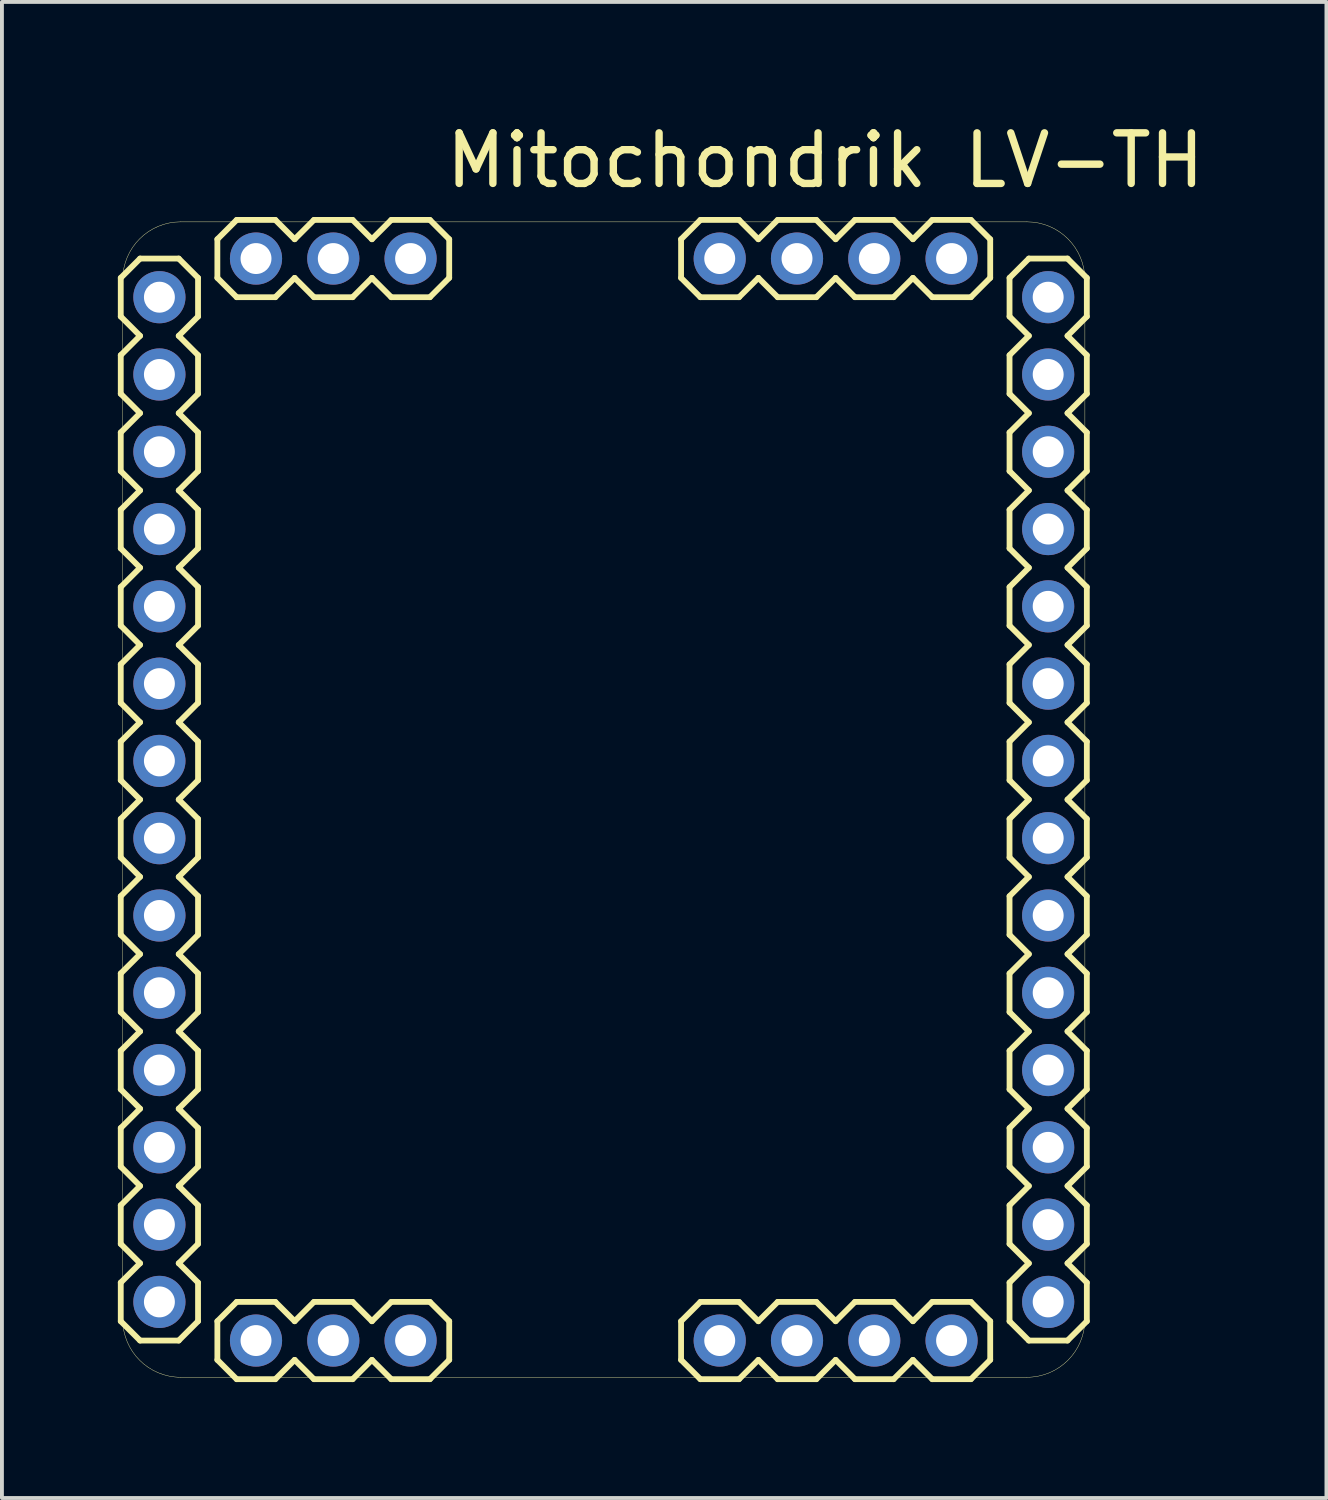
<source format=kicad_pcb>
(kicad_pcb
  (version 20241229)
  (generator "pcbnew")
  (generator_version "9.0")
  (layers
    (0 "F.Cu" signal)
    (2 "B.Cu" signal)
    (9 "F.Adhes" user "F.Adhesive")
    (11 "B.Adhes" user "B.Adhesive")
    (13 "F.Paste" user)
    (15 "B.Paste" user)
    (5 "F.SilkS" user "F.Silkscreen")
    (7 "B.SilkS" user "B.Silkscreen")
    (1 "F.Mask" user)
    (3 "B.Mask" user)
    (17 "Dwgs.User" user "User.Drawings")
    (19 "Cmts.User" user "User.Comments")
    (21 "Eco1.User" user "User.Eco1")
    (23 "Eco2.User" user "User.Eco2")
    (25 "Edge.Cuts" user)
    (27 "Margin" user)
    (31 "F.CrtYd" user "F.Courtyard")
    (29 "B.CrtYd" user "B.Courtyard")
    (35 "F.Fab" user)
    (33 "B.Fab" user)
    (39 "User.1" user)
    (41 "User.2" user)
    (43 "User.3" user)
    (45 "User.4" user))
  (footprint "Mitochondrik LV-TH"
    (layer "F.Cu")
    (at 12.575 17.641)
    (property "Reference" "Mitochondrik LV-TH" (at -4.18 -16.54 0) (layer "F.SilkS") (effects (font (size 1.309 1.309) (thickness 0.191)) (justify left)))
    (fp_line (start -12.5 -13.5) (end -12 -14) (stroke (width 0.15) (type solid)) (layer "F.SilkS"))
    (fp_line (start -12.5 -12.5) (end -12.5 -13.5) (stroke (width 0.15) (type solid)) (layer "F.SilkS"))
    (fp_line (start -12.5 -11.5) (end -12 -12) (stroke (width 0.15) (type solid)) (layer "F.SilkS"))
    (fp_line (start -12.5 -10.5) (end -12.5 -11.5) (stroke (width 0.15) (type solid)) (layer "F.SilkS"))
    (fp_line (start -12.5 -9.5) (end -12 -10) (stroke (width 0.15) (type solid)) (layer "F.SilkS"))
    (fp_line (start -12.5 -8.5) (end -12.5 -9.5) (stroke (width 0.15) (type solid)) (layer "F.SilkS"))
    (fp_line (start -12.5 -7.5) (end -12 -8) (stroke (width 0.15) (type solid)) (layer "F.SilkS"))
    (fp_line (start -12.5 -6.5) (end -12.5 -7.5) (stroke (width 0.15) (type solid)) (layer "F.SilkS"))
    (fp_line (start -12.5 -5.5) (end -12 -6) (stroke (width 0.15) (type solid)) (layer "F.SilkS"))
    (fp_line (start -12.5 -4.5) (end -12.5 -5.5) (stroke (width 0.15) (type solid)) (layer "F.SilkS"))
    (fp_line (start -12.5 -3.5) (end -12 -4) (stroke (width 0.15) (type solid)) (layer "F.SilkS"))
    (fp_line (start -12.5 -2.5) (end -12.5 -3.5) (stroke (width 0.15) (type solid)) (layer "F.SilkS"))
    (fp_line (start -12.5 -1.5) (end -12 -2) (stroke (width 0.15) (type solid)) (layer "F.SilkS"))
    (fp_line (start -12.5 -0.5) (end -12.5 -1.5) (stroke (width 0.15) (type solid)) (layer "F.SilkS"))
    (fp_line (start -12.5 -0.5) (end -12 0) (stroke (width 0.15) (type solid)) (layer "F.SilkS"))
    (fp_line (start -12.5 0.5) (end -12 0) (stroke (width 0.15) (type solid)) (layer "F.SilkS"))
    (fp_line (start -12.5 1.5) (end -12.5 0.5) (stroke (width 0.15) (type solid)) (layer "F.SilkS"))
    (fp_line (start -12.5 2.5) (end -12 2) (stroke (width 0.15) (type solid)) (layer "F.SilkS"))
    (fp_line (start -12.5 3.5) (end -12.5 2.5) (stroke (width 0.15) (type solid)) (layer "F.SilkS"))
    (fp_line (start -12.5 4.5) (end -12 4) (stroke (width 0.15) (type solid)) (layer "F.SilkS"))
    (fp_line (start -12.5 5.5) (end -12.5 4.5) (stroke (width 0.15) (type solid)) (layer "F.SilkS"))
    (fp_line (start -12.5 6.5) (end -12 6) (stroke (width 0.15) (type solid)) (layer "F.SilkS"))
    (fp_line (start -12.5 7.5) (end -12.5 6.5) (stroke (width 0.15) (type solid)) (layer "F.SilkS"))
    (fp_line (start -12.5 8.5) (end -12 8) (stroke (width 0.15) (type solid)) (layer "F.SilkS"))
    (fp_line (start -12.5 9.5) (end -12.5 8.5) (stroke (width 0.15) (type solid)) (layer "F.SilkS"))
    (fp_line (start -12.5 10.5) (end -12 10) (stroke (width 0.15) (type solid)) (layer "F.SilkS"))
    (fp_line (start -12.5 11.5) (end -12.5 10.5) (stroke (width 0.15) (type solid)) (layer "F.SilkS"))
    (fp_line (start -12.5 12.5) (end -12 12) (stroke (width 0.15) (type solid)) (layer "F.SilkS"))
    (fp_line (start -12.5 13.5) (end -12.5 12.5) (stroke (width 0.15) (type solid)) (layer "F.SilkS"))
    (fp_line (start -12.5 13.5) (end -12 14) (stroke (width 0.15) (type solid)) (layer "F.SilkS"))
    (fp_line (start -12.45 13.45) (end -12.45 -13.45) (stroke (width 0.01) (type solid)) (layer "F.SilkS"))
    (fp_line (start -12 -14) (end -11 -14) (stroke (width 0.15) (type solid)) (layer "F.SilkS"))
    (fp_line (start -12 -12) (end -12.5 -12.5) (stroke (width 0.15) (type solid)) (layer "F.SilkS"))
    (fp_line (start -12 -10) (end -12.5 -10.5) (stroke (width 0.15) (type solid)) (layer "F.SilkS"))
    (fp_line (start -12 -8) (end -12.5 -8.5) (stroke (width 0.15) (type solid)) (layer "F.SilkS"))
    (fp_line (start -12 -6) (end -12.5 -6.5) (stroke (width 0.15) (type solid)) (layer "F.SilkS"))
    (fp_line (start -12 -4) (end -12.5 -4.5) (stroke (width 0.15) (type solid)) (layer "F.SilkS"))
    (fp_line (start -12 -2) (end -12.5 -2.5) (stroke (width 0.15) (type solid)) (layer "F.SilkS"))
    (fp_line (start -12 2) (end -12.5 1.5) (stroke (width 0.15) (type solid)) (layer "F.SilkS"))
    (fp_line (start -12 4) (end -12.5 3.5) (stroke (width 0.15) (type solid)) (layer "F.SilkS"))
    (fp_line (start -12 6) (end -12.5 5.5) (stroke (width 0.15) (type solid)) (layer "F.SilkS"))
    (fp_line (start -12 8) (end -12.5 7.5) (stroke (width 0.15) (type solid)) (layer "F.SilkS"))
    (fp_line (start -12 10) (end -12.5 9.5) (stroke (width 0.15) (type solid)) (layer "F.SilkS"))
    (fp_line (start -12 12) (end -12.5 11.5) (stroke (width 0.15) (type solid)) (layer "F.SilkS"))
    (fp_line (start -11 -14) (end -10.5 -13.5) (stroke (width 0.15) (type solid)) (layer "F.SilkS"))
    (fp_line (start -11 -12) (end -10.5 -11.5) (stroke (width 0.15) (type solid)) (layer "F.SilkS"))
    (fp_line (start -11 -10) (end -10.5 -9.5) (stroke (width 0.15) (type solid)) (layer "F.SilkS"))
    (fp_line (start -11 -8) (end -10.5 -7.5) (stroke (width 0.15) (type solid)) (layer "F.SilkS"))
    (fp_line (start -11 -6) (end -10.5 -5.5) (stroke (width 0.15) (type solid)) (layer "F.SilkS"))
    (fp_line (start -11 -4) (end -10.5 -3.5) (stroke (width 0.15) (type solid)) (layer "F.SilkS"))
    (fp_line (start -11 -2) (end -10.5 -1.5) (stroke (width 0.15) (type solid)) (layer "F.SilkS"))
    (fp_line (start -11 0) (end -10.5 0.5) (stroke (width 0.15) (type solid)) (layer "F.SilkS"))
    (fp_line (start -11 2) (end -10.5 2.5) (stroke (width 0.15) (type solid)) (layer "F.SilkS"))
    (fp_line (start -11 4) (end -10.5 4.5) (stroke (width 0.15) (type solid)) (layer "F.SilkS"))
    (fp_line (start -11 6) (end -10.5 6.5) (stroke (width 0.15) (type solid)) (layer "F.SilkS"))
    (fp_line (start -11 8) (end -10.5 8.5) (stroke (width 0.15) (type solid)) (layer "F.SilkS"))
    (fp_line (start -11 10) (end -10.5 10.5) (stroke (width 0.15) (type solid)) (layer "F.SilkS"))
    (fp_line (start -11 12) (end -10.5 12.5) (stroke (width 0.15) (type solid)) (layer "F.SilkS"))
    (fp_line (start -11 14) (end -12 14) (stroke (width 0.15) (type solid)) (layer "F.SilkS"))
    (fp_line (start -10.95 -14.95) (end 10.95 -14.95) (stroke (width 0.01) (type solid)) (layer "F.SilkS"))
    (fp_line (start -10.5 -13.5) (end -10.5 -12.5) (stroke (width 0.15) (type solid)) (layer "F.SilkS"))
    (fp_line (start -10.5 -12.5) (end -11 -12) (stroke (width 0.15) (type solid)) (layer "F.SilkS"))
    (fp_line (start -10.5 -11.5) (end -10.5 -10.5) (stroke (width 0.15) (type solid)) (layer "F.SilkS"))
    (fp_line (start -10.5 -10.5) (end -11 -10) (stroke (width 0.15) (type solid)) (layer "F.SilkS"))
    (fp_line (start -10.5 -9.5) (end -10.5 -8.5) (stroke (width 0.15) (type solid)) (layer "F.SilkS"))
    (fp_line (start -10.5 -8.5) (end -11 -8) (stroke (width 0.15) (type solid)) (layer "F.SilkS"))
    (fp_line (start -10.5 -7.5) (end -10.5 -6.5) (stroke (width 0.15) (type solid)) (layer "F.SilkS"))
    (fp_line (start -10.5 -6.5) (end -11 -6) (stroke (width 0.15) (type solid)) (layer "F.SilkS"))
    (fp_line (start -10.5 -5.5) (end -10.5 -4.5) (stroke (width 0.15) (type solid)) (layer "F.SilkS"))
    (fp_line (start -10.5 -4.5) (end -11 -4) (stroke (width 0.15) (type solid)) (layer "F.SilkS"))
    (fp_line (start -10.5 -3.5) (end -10.5 -2.5) (stroke (width 0.15) (type solid)) (layer "F.SilkS"))
    (fp_line (start -10.5 -2.5) (end -11 -2) (stroke (width 0.15) (type solid)) (layer "F.SilkS"))
    (fp_line (start -10.5 -1.5) (end -10.5 -0.5) (stroke (width 0.15) (type solid)) (layer "F.SilkS"))
    (fp_line (start -10.5 -0.5) (end -11 0) (stroke (width 0.15) (type solid)) (layer "F.SilkS"))
    (fp_line (start -10.5 0.5) (end -10.5 1.5) (stroke (width 0.15) (type solid)) (layer "F.SilkS"))
    (fp_line (start -10.5 1.5) (end -11 2) (stroke (width 0.15) (type solid)) (layer "F.SilkS"))
    (fp_line (start -10.5 2.5) (end -10.5 3.5) (stroke (width 0.15) (type solid)) (layer "F.SilkS"))
    (fp_line (start -10.5 3.5) (end -11 4) (stroke (width 0.15) (type solid)) (layer "F.SilkS"))
    (fp_line (start -10.5 4.5) (end -10.5 5.5) (stroke (width 0.15) (type solid)) (layer "F.SilkS"))
    (fp_line (start -10.5 5.5) (end -11 6) (stroke (width 0.15) (type solid)) (layer "F.SilkS"))
    (fp_line (start -10.5 6.5) (end -10.5 7.5) (stroke (width 0.15) (type solid)) (layer "F.SilkS"))
    (fp_line (start -10.5 7.5) (end -11 8) (stroke (width 0.15) (type solid)) (layer "F.SilkS"))
    (fp_line (start -10.5 8.5) (end -10.5 9.5) (stroke (width 0.15) (type solid)) (layer "F.SilkS"))
    (fp_line (start -10.5 9.5) (end -11 10) (stroke (width 0.15) (type solid)) (layer "F.SilkS"))
    (fp_line (start -10.5 10.5) (end -10.5 11.5) (stroke (width 0.15) (type solid)) (layer "F.SilkS"))
    (fp_line (start -10.5 11.5) (end -11 12) (stroke (width 0.15) (type solid)) (layer "F.SilkS"))
    (fp_line (start -10.5 12.5) (end -10.5 13.5) (stroke (width 0.15) (type solid)) (layer "F.SilkS"))
    (fp_line (start -10.5 13.5) (end -11 14) (stroke (width 0.15) (type solid)) (layer "F.SilkS"))
    (fp_line (start -10 -14.5) (end -9.5 -15) (stroke (width 0.15) (type solid)) (layer "F.SilkS"))
    (fp_line (start -10 -13.5) (end -10 -14.5) (stroke (width 0.15) (type solid)) (layer "F.SilkS"))
    (fp_line (start -10 13.5) (end -9.5 13) (stroke (width 0.15) (type solid)) (layer "F.SilkS"))
    (fp_line (start -10 14.5) (end -10 13.5) (stroke (width 0.15) (type solid)) (layer "F.SilkS"))
    (fp_line (start -9.5 -15) (end -8.5 -15) (stroke (width 0.15) (type solid)) (layer "F.SilkS"))
    (fp_line (start -9.5 -13) (end -10 -13.5) (stroke (width 0.15) (type solid)) (layer "F.SilkS"))
    (fp_line (start -9.5 13) (end -8.5 13) (stroke (width 0.15) (type solid)) (layer "F.SilkS"))
    (fp_line (start -9.5 15) (end -10 14.5) (stroke (width 0.15) (type solid)) (layer "F.SilkS"))
    (fp_line (start -8.5 -15) (end -8 -14.5) (stroke (width 0.15) (type solid)) (layer "F.SilkS"))
    (fp_line (start -8.5 -13) (end -9.5 -13) (stroke (width 0.15) (type solid)) (layer "F.SilkS"))
    (fp_line (start -8.5 13) (end -8 13.5) (stroke (width 0.15) (type solid)) (layer "F.SilkS"))
    (fp_line (start -8.5 15) (end -9.5 15) (stroke (width 0.15) (type solid)) (layer "F.SilkS"))
    (fp_line (start -8 -14.5) (end -7.5 -15) (stroke (width 0.15) (type solid)) (layer "F.SilkS"))
    (fp_line (start -8 -13.5) (end -8.5 -13) (stroke (width 0.15) (type solid)) (layer "F.SilkS"))
    (fp_line (start -8 13.5) (end -7.5 13) (stroke (width 0.15) (type solid)) (layer "F.SilkS"))
    (fp_line (start -8 14.5) (end -8.5 15) (stroke (width 0.15) (type solid)) (layer "F.SilkS"))
    (fp_line (start -7.5 -15) (end -6.5 -15) (stroke (width 0.15) (type solid)) (layer "F.SilkS"))
    (fp_line (start -7.5 -13) (end -8 -13.5) (stroke (width 0.15) (type solid)) (layer "F.SilkS"))
    (fp_line (start -7.5 13) (end -6.5 13) (stroke (width 0.15) (type solid)) (layer "F.SilkS"))
    (fp_line (start -7.5 15) (end -8 14.5) (stroke (width 0.15) (type solid)) (layer "F.SilkS"))
    (fp_line (start -6.5 -15) (end -6 -14.5) (stroke (width 0.15) (type solid)) (layer "F.SilkS"))
    (fp_line (start -6.5 -13) (end -7.5 -13) (stroke (width 0.15) (type solid)) (layer "F.SilkS"))
    (fp_line (start -6.5 13) (end -6 13.5) (stroke (width 0.15) (type solid)) (layer "F.SilkS"))
    (fp_line (start -6.5 15) (end -7.5 15) (stroke (width 0.15) (type solid)) (layer "F.SilkS"))
    (fp_line (start -6 -14.5) (end -5.5 -15) (stroke (width 0.15) (type solid)) (layer "F.SilkS"))
    (fp_line (start -6 -13.5) (end -6.5 -13) (stroke (width 0.15) (type solid)) (layer "F.SilkS"))
    (fp_line (start -6 13.5) (end -5.5 13) (stroke (width 0.15) (type solid)) (layer "F.SilkS"))
    (fp_line (start -6 14.5) (end -6.5 15) (stroke (width 0.15) (type solid)) (layer "F.SilkS"))
    (fp_line (start -5.5 -15) (end -4.5 -15) (stroke (width 0.15) (type solid)) (layer "F.SilkS"))
    (fp_line (start -5.5 -13) (end -6 -13.5) (stroke (width 0.15) (type solid)) (layer "F.SilkS"))
    (fp_line (start -5.5 13) (end -4.5 13) (stroke (width 0.15) (type solid)) (layer "F.SilkS"))
    (fp_line (start -5.5 15) (end -6 14.5) (stroke (width 0.15) (type solid)) (layer "F.SilkS"))
    (fp_line (start -4.5 -15) (end -4 -14.5) (stroke (width 0.15) (type solid)) (layer "F.SilkS"))
    (fp_line (start -4.5 -13) (end -5.5 -13) (stroke (width 0.15) (type solid)) (layer "F.SilkS"))
    (fp_line (start -4.5 13) (end -4 13.5) (stroke (width 0.15) (type solid)) (layer "F.SilkS"))
    (fp_line (start -4.5 15) (end -5.5 15) (stroke (width 0.15) (type solid)) (layer "F.SilkS"))
    (fp_line (start -4 -13.5) (end -4.5 -13) (stroke (width 0.15) (type solid)) (layer "F.SilkS"))
    (fp_line (start -4 -13.5) (end -4 -14.5) (stroke (width 0.15) (type solid)) (layer "F.SilkS"))
    (fp_line (start -4 14.5) (end -4.5 15) (stroke (width 0.15) (type solid)) (layer "F.SilkS"))
    (fp_line (start -4 14.5) (end -4 13.5) (stroke (width 0.15) (type solid)) (layer "F.SilkS"))
    (fp_line (start 2 -14.5) (end 2.5 -15) (stroke (width 0.15) (type solid)) (layer "F.SilkS"))
    (fp_line (start 2 -13.5) (end 2 -14.5) (stroke (width 0.15) (type solid)) (layer "F.SilkS"))
    (fp_line (start 2 13.5) (end 2.5 13) (stroke (width 0.15) (type solid)) (layer "F.SilkS"))
    (fp_line (start 2 14.5) (end 2 13.5) (stroke (width 0.15) (type solid)) (layer "F.SilkS"))
    (fp_line (start 2.5 -15) (end 3.5 -15) (stroke (width 0.15) (type solid)) (layer "F.SilkS"))
    (fp_line (start 2.5 -13) (end 2 -13.5) (stroke (width 0.15) (type solid)) (layer "F.SilkS"))
    (fp_line (start 2.5 13) (end 3.5 13) (stroke (width 0.15) (type solid)) (layer "F.SilkS"))
    (fp_line (start 2.5 15) (end 2 14.5) (stroke (width 0.15) (type solid)) (layer "F.SilkS"))
    (fp_line (start 3.5 -15) (end 4 -14.5) (stroke (width 0.15) (type solid)) (layer "F.SilkS"))
    (fp_line (start 3.5 -13) (end 2.5 -13) (stroke (width 0.15) (type solid)) (layer "F.SilkS"))
    (fp_line (start 3.5 13) (end 4 13.5) (stroke (width 0.15) (type solid)) (layer "F.SilkS"))
    (fp_line (start 3.5 15) (end 2.5 15) (stroke (width 0.15) (type solid)) (layer "F.SilkS"))
    (fp_line (start 4 -14.5) (end 4.5 -15) (stroke (width 0.15) (type solid)) (layer "F.SilkS"))
    (fp_line (start 4 -13.5) (end 3.5 -13) (stroke (width 0.15) (type solid)) (layer "F.SilkS"))
    (fp_line (start 4 13.5) (end 4.5 13) (stroke (width 0.15) (type solid)) (layer "F.SilkS"))
    (fp_line (start 4 14.5) (end 3.5 15) (stroke (width 0.15) (type solid)) (layer "F.SilkS"))
    (fp_line (start 4.5 -15) (end 5.5 -15) (stroke (width 0.15) (type solid)) (layer "F.SilkS"))
    (fp_line (start 4.5 -13) (end 4 -13.5) (stroke (width 0.15) (type solid)) (layer "F.SilkS"))
    (fp_line (start 4.5 13) (end 5.5 13) (stroke (width 0.15) (type solid)) (layer "F.SilkS"))
    (fp_line (start 4.5 15) (end 4 14.5) (stroke (width 0.15) (type solid)) (layer "F.SilkS"))
    (fp_line (start 5.5 -15) (end 6 -14.5) (stroke (width 0.15) (type solid)) (layer "F.SilkS"))
    (fp_line (start 5.5 -13) (end 4.5 -13) (stroke (width 0.15) (type solid)) (layer "F.SilkS"))
    (fp_line (start 5.5 13) (end 6 13.5) (stroke (width 0.15) (type solid)) (layer "F.SilkS"))
    (fp_line (start 5.5 15) (end 4.5 15) (stroke (width 0.15) (type solid)) (layer "F.SilkS"))
    (fp_line (start 6 -14.5) (end 6.5 -15) (stroke (width 0.15) (type solid)) (layer "F.SilkS"))
    (fp_line (start 6 -13.5) (end 5.5 -13) (stroke (width 0.15) (type solid)) (layer "F.SilkS"))
    (fp_line (start 6 13.5) (end 6.5 13) (stroke (width 0.15) (type solid)) (layer "F.SilkS"))
    (fp_line (start 6 14.5) (end 5.5 15) (stroke (width 0.15) (type solid)) (layer "F.SilkS"))
    (fp_line (start 6.5 -15) (end 7.5 -15) (stroke (width 0.15) (type solid)) (layer "F.SilkS"))
    (fp_line (start 6.5 -13) (end 6 -13.5) (stroke (width 0.15) (type solid)) (layer "F.SilkS"))
    (fp_line (start 6.5 13) (end 7.5 13) (stroke (width 0.15) (type solid)) (layer "F.SilkS"))
    (fp_line (start 6.5 15) (end 6 14.5) (stroke (width 0.15) (type solid)) (layer "F.SilkS"))
    (fp_line (start 7.5 -15) (end 8 -14.5) (stroke (width 0.15) (type solid)) (layer "F.SilkS"))
    (fp_line (start 7.5 -13) (end 6.5 -13) (stroke (width 0.15) (type solid)) (layer "F.SilkS"))
    (fp_line (start 7.5 13) (end 8 13.5) (stroke (width 0.15) (type solid)) (layer "F.SilkS"))
    (fp_line (start 7.5 15) (end 6.5 15) (stroke (width 0.15) (type solid)) (layer "F.SilkS"))
    (fp_line (start 8 -14.5) (end 8.5 -15) (stroke (width 0.15) (type solid)) (layer "F.SilkS"))
    (fp_line (start 8 -13.5) (end 7.5 -13) (stroke (width 0.15) (type solid)) (layer "F.SilkS"))
    (fp_line (start 8 13.5) (end 8.5 13) (stroke (width 0.15) (type solid)) (layer "F.SilkS"))
    (fp_line (start 8 14.5) (end 7.5 15) (stroke (width 0.15) (type solid)) (layer "F.SilkS"))
    (fp_line (start 8.5 -15) (end 9.5 -15) (stroke (width 0.15) (type solid)) (layer "F.SilkS"))
    (fp_line (start 8.5 -13) (end 8 -13.5) (stroke (width 0.15) (type solid)) (layer "F.SilkS"))
    (fp_line (start 8.5 13) (end 9.5 13) (stroke (width 0.15) (type solid)) (layer "F.SilkS"))
    (fp_line (start 8.5 15) (end 8 14.5) (stroke (width 0.15) (type solid)) (layer "F.SilkS"))
    (fp_line (start 9.5 -15) (end 10 -14.5) (stroke (width 0.15) (type solid)) (layer "F.SilkS"))
    (fp_line (start 9.5 -13) (end 8.5 -13) (stroke (width 0.15) (type solid)) (layer "F.SilkS"))
    (fp_line (start 9.5 13) (end 10 13.5) (stroke (width 0.15) (type solid)) (layer "F.SilkS"))
    (fp_line (start 9.5 15) (end 8.5 15) (stroke (width 0.15) (type solid)) (layer "F.SilkS"))
    (fp_line (start 10 -13.5) (end 9.5 -13) (stroke (width 0.15) (type solid)) (layer "F.SilkS"))
    (fp_line (start 10 -13.5) (end 10 -14.5) (stroke (width 0.15) (type solid)) (layer "F.SilkS"))
    (fp_line (start 10 14.5) (end 9.5 15) (stroke (width 0.15) (type solid)) (layer "F.SilkS"))
    (fp_line (start 10 14.5) (end 10 13.5) (stroke (width 0.15) (type solid)) (layer "F.SilkS"))
    (fp_line (start 10.5 -13.5) (end 11 -14) (stroke (width 0.15) (type solid)) (layer "F.SilkS"))
    (fp_line (start 10.5 -12.5) (end 10.5 -13.5) (stroke (width 0.15) (type solid)) (layer "F.SilkS"))
    (fp_line (start 10.5 -11.5) (end 11 -12) (stroke (width 0.15) (type solid)) (layer "F.SilkS"))
    (fp_line (start 10.5 -10.5) (end 10.5 -11.5) (stroke (width 0.15) (type solid)) (layer "F.SilkS"))
    (fp_line (start 10.5 -9.5) (end 11 -10) (stroke (width 0.15) (type solid)) (layer "F.SilkS"))
    (fp_line (start 10.5 -8.5) (end 10.5 -9.5) (stroke (width 0.15) (type solid)) (layer "F.SilkS"))
    (fp_line (start 10.5 -7.5) (end 11 -8) (stroke (width 0.15) (type solid)) (layer "F.SilkS"))
    (fp_line (start 10.5 -6.5) (end 10.5 -7.5) (stroke (width 0.15) (type solid)) (layer "F.SilkS"))
    (fp_line (start 10.5 -5.5) (end 11 -6) (stroke (width 0.15) (type solid)) (layer "F.SilkS"))
    (fp_line (start 10.5 -4.5) (end 10.5 -5.5) (stroke (width 0.15) (type solid)) (layer "F.SilkS"))
    (fp_line (start 10.5 -3.5) (end 11 -4) (stroke (width 0.15) (type solid)) (layer "F.SilkS"))
    (fp_line (start 10.5 -2.5) (end 10.5 -3.5) (stroke (width 0.15) (type solid)) (layer "F.SilkS"))
    (fp_line (start 10.5 -1.5) (end 11 -2) (stroke (width 0.15) (type solid)) (layer "F.SilkS"))
    (fp_line (start 10.5 -0.5) (end 10.5 -1.5) (stroke (width 0.15) (type solid)) (layer "F.SilkS"))
    (fp_line (start 10.5 -0.5) (end 11 0) (stroke (width 0.15) (type solid)) (layer "F.SilkS"))
    (fp_line (start 10.5 0.5) (end 11 0) (stroke (width 0.15) (type solid)) (layer "F.SilkS"))
    (fp_line (start 10.5 1.5) (end 10.5 0.5) (stroke (width 0.15) (type solid)) (layer "F.SilkS"))
    (fp_line (start 10.5 2.5) (end 11 2) (stroke (width 0.15) (type solid)) (layer "F.SilkS"))
    (fp_line (start 10.5 3.5) (end 10.5 2.5) (stroke (width 0.15) (type solid)) (layer "F.SilkS"))
    (fp_line (start 10.5 4.5) (end 11 4) (stroke (width 0.15) (type solid)) (layer "F.SilkS"))
    (fp_line (start 10.5 5.5) (end 10.5 4.5) (stroke (width 0.15) (type solid)) (layer "F.SilkS"))
    (fp_line (start 10.5 6.5) (end 11 6) (stroke (width 0.15) (type solid)) (layer "F.SilkS"))
    (fp_line (start 10.5 7.5) (end 10.5 6.5) (stroke (width 0.15) (type solid)) (layer "F.SilkS"))
    (fp_line (start 10.5 8.5) (end 11 8) (stroke (width 0.15) (type solid)) (layer "F.SilkS"))
    (fp_line (start 10.5 9.5) (end 10.5 8.5) (stroke (width 0.15) (type solid)) (layer "F.SilkS"))
    (fp_line (start 10.5 10.5) (end 11 10) (stroke (width 0.15) (type solid)) (layer "F.SilkS"))
    (fp_line (start 10.5 11.5) (end 10.5 10.5) (stroke (width 0.15) (type solid)) (layer "F.SilkS"))
    (fp_line (start 10.5 12.5) (end 11 12) (stroke (width 0.15) (type solid)) (layer "F.SilkS"))
    (fp_line (start 10.5 13.5) (end 10.5 12.5) (stroke (width 0.15) (type solid)) (layer "F.SilkS"))
    (fp_line (start 10.5 13.5) (end 11 14) (stroke (width 0.15) (type solid)) (layer "F.SilkS"))
    (fp_line (start 10.95 14.95) (end -10.95 14.95) (stroke (width 0.01) (type solid)) (layer "F.SilkS"))
    (fp_line (start 11 -14) (end 12 -14) (stroke (width 0.15) (type solid)) (layer "F.SilkS"))
    (fp_line (start 11 -12) (end 10.5 -12.5) (stroke (width 0.15) (type solid)) (layer "F.SilkS"))
    (fp_line (start 11 -10) (end 10.5 -10.5) (stroke (width 0.15) (type solid)) (layer "F.SilkS"))
    (fp_line (start 11 -8) (end 10.5 -8.5) (stroke (width 0.15) (type solid)) (layer "F.SilkS"))
    (fp_line (start 11 -6) (end 10.5 -6.5) (stroke (width 0.15) (type solid)) (layer "F.SilkS"))
    (fp_line (start 11 -4) (end 10.5 -4.5) (stroke (width 0.15) (type solid)) (layer "F.SilkS"))
    (fp_line (start 11 -2) (end 10.5 -2.5) (stroke (width 0.15) (type solid)) (layer "F.SilkS"))
    (fp_line (start 11 2) (end 10.5 1.5) (stroke (width 0.15) (type solid)) (layer "F.SilkS"))
    (fp_line (start 11 4) (end 10.5 3.5) (stroke (width 0.15) (type solid)) (layer "F.SilkS"))
    (fp_line (start 11 6) (end 10.5 5.5) (stroke (width 0.15) (type solid)) (layer "F.SilkS"))
    (fp_line (start 11 8) (end 10.5 7.5) (stroke (width 0.15) (type solid)) (layer "F.SilkS"))
    (fp_line (start 11 10) (end 10.5 9.5) (stroke (width 0.15) (type solid)) (layer "F.SilkS"))
    (fp_line (start 11 12) (end 10.5 11.5) (stroke (width 0.15) (type solid)) (layer "F.SilkS"))
    (fp_line (start 12 -14) (end 12.5 -13.5) (stroke (width 0.15) (type solid)) (layer "F.SilkS"))
    (fp_line (start 12 -12) (end 12.5 -11.5) (stroke (width 0.15) (type solid)) (layer "F.SilkS"))
    (fp_line (start 12 -10) (end 12.5 -9.5) (stroke (width 0.15) (type solid)) (layer "F.SilkS"))
    (fp_line (start 12 -8) (end 12.5 -7.5) (stroke (width 0.15) (type solid)) (layer "F.SilkS"))
    (fp_line (start 12 -6) (end 12.5 -5.5) (stroke (width 0.15) (type solid)) (layer "F.SilkS"))
    (fp_line (start 12 -4) (end 12.5 -3.5) (stroke (width 0.15) (type solid)) (layer "F.SilkS"))
    (fp_line (start 12 -2) (end 12.5 -1.5) (stroke (width 0.15) (type solid)) (layer "F.SilkS"))
    (fp_line (start 12 0) (end 12.5 0.5) (stroke (width 0.15) (type solid)) (layer "F.SilkS"))
    (fp_line (start 12 2) (end 12.5 2.5) (stroke (width 0.15) (type solid)) (layer "F.SilkS"))
    (fp_line (start 12 4) (end 12.5 4.5) (stroke (width 0.15) (type solid)) (layer "F.SilkS"))
    (fp_line (start 12 6) (end 12.5 6.5) (stroke (width 0.15) (type solid)) (layer "F.SilkS"))
    (fp_line (start 12 8) (end 12.5 8.5) (stroke (width 0.15) (type solid)) (layer "F.SilkS"))
    (fp_line (start 12 10) (end 12.5 10.5) (stroke (width 0.15) (type solid)) (layer "F.SilkS"))
    (fp_line (start 12 12) (end 12.5 12.5) (stroke (width 0.15) (type solid)) (layer "F.SilkS"))
    (fp_line (start 12 14) (end 11 14) (stroke (width 0.15) (type solid)) (layer "F.SilkS"))
    (fp_line (start 12.45 -13.45) (end 12.45 13.45) (stroke (width 0.01) (type solid)) (layer "F.SilkS"))
    (fp_line (start 12.5 -13.5) (end 12.5 -12.5) (stroke (width 0.15) (type solid)) (layer "F.SilkS"))
    (fp_line (start 12.5 -12.5) (end 12 -12) (stroke (width 0.15) (type solid)) (layer "F.SilkS"))
    (fp_line (start 12.5 -11.5) (end 12.5 -10.5) (stroke (width 0.15) (type solid)) (layer "F.SilkS"))
    (fp_line (start 12.5 -10.5) (end 12 -10) (stroke (width 0.15) (type solid)) (layer "F.SilkS"))
    (fp_line (start 12.5 -9.5) (end 12.5 -8.5) (stroke (width 0.15) (type solid)) (layer "F.SilkS"))
    (fp_line (start 12.5 -8.5) (end 12 -8) (stroke (width 0.15) (type solid)) (layer "F.SilkS"))
    (fp_line (start 12.5 -7.5) (end 12.5 -6.5) (stroke (width 0.15) (type solid)) (layer "F.SilkS"))
    (fp_line (start 12.5 -6.5) (end 12 -6) (stroke (width 0.15) (type solid)) (layer "F.SilkS"))
    (fp_line (start 12.5 -5.5) (end 12.5 -4.5) (stroke (width 0.15) (type solid)) (layer "F.SilkS"))
    (fp_line (start 12.5 -4.5) (end 12 -4) (stroke (width 0.15) (type solid)) (layer "F.SilkS"))
    (fp_line (start 12.5 -3.5) (end 12.5 -2.5) (stroke (width 0.15) (type solid)) (layer "F.SilkS"))
    (fp_line (start 12.5 -2.5) (end 12 -2) (stroke (width 0.15) (type solid)) (layer "F.SilkS"))
    (fp_line (start 12.5 -1.5) (end 12.5 -0.5) (stroke (width 0.15) (type solid)) (layer "F.SilkS"))
    (fp_line (start 12.5 -0.5) (end 12 0) (stroke (width 0.15) (type solid)) (layer "F.SilkS"))
    (fp_line (start 12.5 0.5) (end 12.5 1.5) (stroke (width 0.15) (type solid)) (layer "F.SilkS"))
    (fp_line (start 12.5 1.5) (end 12 2) (stroke (width 0.15) (type solid)) (layer "F.SilkS"))
    (fp_line (start 12.5 2.5) (end 12.5 3.5) (stroke (width 0.15) (type solid)) (layer "F.SilkS"))
    (fp_line (start 12.5 3.5) (end 12 4) (stroke (width 0.15) (type solid)) (layer "F.SilkS"))
    (fp_line (start 12.5 4.5) (end 12.5 5.5) (stroke (width 0.15) (type solid)) (layer "F.SilkS"))
    (fp_line (start 12.5 5.5) (end 12 6) (stroke (width 0.15) (type solid)) (layer "F.SilkS"))
    (fp_line (start 12.5 6.5) (end 12.5 7.5) (stroke (width 0.15) (type solid)) (layer "F.SilkS"))
    (fp_line (start 12.5 7.5) (end 12 8) (stroke (width 0.15) (type solid)) (layer "F.SilkS"))
    (fp_line (start 12.5 8.5) (end 12.5 9.5) (stroke (width 0.15) (type solid)) (layer "F.SilkS"))
    (fp_line (start 12.5 9.5) (end 12 10) (stroke (width 0.15) (type solid)) (layer "F.SilkS"))
    (fp_line (start 12.5 10.5) (end 12.5 11.5) (stroke (width 0.15) (type solid)) (layer "F.SilkS"))
    (fp_line (start 12.5 11.5) (end 12 12) (stroke (width 0.15) (type solid)) (layer "F.SilkS"))
    (fp_line (start 12.5 12.5) (end 12.5 13.5) (stroke (width 0.15) (type solid)) (layer "F.SilkS"))
    (fp_line (start 12.5 13.5) (end 12 14) (stroke (width 0.15) (type solid)) (layer "F.SilkS"))
    (fp_arc (start -12.45 -13.45) (mid -12.01066 -14.51066) (end -10.95 -14.95) (stroke (width 0.01) (type solid)) (layer "F.SilkS"))
    (fp_arc (start -10.95 14.95) (mid -12.01066 14.51066) (end -12.45 13.45) (stroke (width 0.01) (type solid)) (layer "F.SilkS"))
    (fp_arc (start 10.95 -14.95) (mid 12.01066 -14.51066) (end 12.45 -13.45) (stroke (width 0.01) (type solid)) (layer "F.SilkS"))
    (fp_arc (start 12.45 13.45) (mid 12.01066 14.51066) (end 10.95 14.95) (stroke (width 0.01) (type solid)) (layer "F.SilkS"))
    (pad "1" thru_hole circle (at -11.5 -13 270) (size 1.35 1.35) (drill 0.8) (layers "*.Cu" "*.Mask"))
    (pad "2" thru_hole circle (at -11.5 -11 270) (size 1.35 1.35) (drill 0.8) (layers "*.Cu" "*.Mask"))
    (pad "3" thru_hole circle (at -11.5 -9 270) (size 1.35 1.35) (drill 0.8) (layers "*.Cu" "*.Mask"))
    (pad "4" thru_hole circle (at -11.5 -7 270) (size 1.35 1.35) (drill 0.8) (layers "*.Cu" "*.Mask"))
    (pad "5" thru_hole circle (at -11.5 -5 270) (size 1.35 1.35) (drill 0.8) (layers "*.Cu" "*.Mask"))
    (pad "6" thru_hole circle (at -11.5 -3 270) (size 1.35 1.35) (drill 0.8) (layers "*.Cu" "*.Mask"))
    (pad "7" thru_hole circle (at -11.5 -1 270) (size 1.35 1.35) (drill 0.8) (layers "*.Cu" "*.Mask"))
    (pad "8" thru_hole circle (at -11.5 1 270) (size 1.35 1.35) (drill 0.8) (layers "*.Cu" "*.Mask"))
    (pad "9" thru_hole circle (at -11.5 3 270) (size 1.35 1.35) (drill 0.8) (layers "*.Cu" "*.Mask"))
    (pad "10" thru_hole circle (at -11.5 5 270) (size 1.35 1.35) (drill 0.8) (layers "*.Cu" "*.Mask"))
    (pad "11" thru_hole circle (at -11.5 7 270) (size 1.35 1.35) (drill 0.8) (layers "*.Cu" "*.Mask"))
    (pad "12" thru_hole circle (at -11.5 9 270) (size 1.35 1.35) (drill 0.8) (layers "*.Cu" "*.Mask"))
    (pad "13" thru_hole circle (at -11.5 11 270) (size 1.35 1.35) (drill 0.8) (layers "*.Cu" "*.Mask"))
    (pad "14" thru_hole circle (at -11.5 13 270) (size 1.35 1.35) (drill 0.8) (layers "*.Cu" "*.Mask"))
    (pad "15" thru_hole circle (at -9 14) (size 1.35 1.35) (drill 0.8) (layers "*.Cu" "*.Mask"))
    (pad "16" thru_hole circle (at -7 14) (size 1.35 1.35) (drill 0.8) (layers "*.Cu" "*.Mask"))
    (pad "17" thru_hole circle (at -5 14) (size 1.35 1.35) (drill 0.8) (layers "*.Cu" "*.Mask"))
    (pad "18" thru_hole circle (at 3 14 270) (size 1.35 1.35) (drill 0.8) (layers "*.Cu" "*.Mask"))
    (pad "19" thru_hole circle (at 5 14 270) (size 1.35 1.35) (drill 0.8) (layers "*.Cu" "*.Mask"))
    (pad "20" thru_hole circle (at 7 14 270) (size 1.35 1.35) (drill 0.8) (layers "*.Cu" "*.Mask"))
    (pad "21" thru_hole circle (at 9 14 270) (size 1.35 1.35) (drill 0.8) (layers "*.Cu" "*.Mask"))
    (pad "22" thru_hole circle (at 11.5 13 90) (size 1.35 1.35) (drill 0.8) (layers "*.Cu" "*.Mask"))
    (pad "23" thru_hole circle (at 11.5 11 90) (size 1.35 1.35) (drill 0.8) (layers "*.Cu" "*.Mask"))
    (pad "24" thru_hole circle (at 11.5 9 90) (size 1.35 1.35) (drill 0.8) (layers "*.Cu" "*.Mask"))
    (pad "25" thru_hole circle (at 11.5 7 90) (size 1.35 1.35) (drill 0.8) (layers "*.Cu" "*.Mask"))
    (pad "26" thru_hole circle (at 11.5 5 90) (size 1.35 1.35) (drill 0.8) (layers "*.Cu" "*.Mask"))
    (pad "27" thru_hole circle (at 11.5 3 90) (size 1.35 1.35) (drill 0.8) (layers "*.Cu" "*.Mask"))
    (pad "28" thru_hole circle (at 11.5 1 90) (size 1.35 1.35) (drill 0.8) (layers "*.Cu" "*.Mask"))
    (pad "29" thru_hole circle (at 11.5 -1 90) (size 1.35 1.35) (drill 0.8) (layers "*.Cu" "*.Mask"))
    (pad "30" thru_hole circle (at 11.5 -3 90) (size 1.35 1.35) (drill 0.8) (layers "*.Cu" "*.Mask"))
    (pad "31" thru_hole circle (at 11.5 -5 90) (size 1.35 1.35) (drill 0.8) (layers "*.Cu" "*.Mask"))
    (pad "32" thru_hole circle (at 11.5 -7) (size 1.35 1.35) (drill 0.8) (layers "*.Cu" "*.Mask"))
    (pad "33" thru_hole circle (at 11.5 -9) (size 1.35 1.35) (drill 0.8) (layers "*.Cu" "*.Mask"))
    (pad "34" thru_hole circle (at 11.5 -11) (size 1.35 1.35) (drill 0.8) (layers "*.Cu" "*.Mask"))
    (pad "35" thru_hole circle (at 11.5 -13) (size 1.35 1.35) (drill 0.8) (layers "*.Cu" "*.Mask"))
    (pad "36" thru_hole circle (at 9 -14) (size 1.35 1.35) (drill 0.8) (layers "*.Cu" "*.Mask"))
    (pad "37" thru_hole circle (at 7 -14) (size 1.35 1.35) (drill 0.8) (layers "*.Cu" "*.Mask"))
    (pad "38" thru_hole circle (at 5 -14) (size 1.35 1.35) (drill 0.8) (layers "*.Cu" "*.Mask"))
    (pad "39" thru_hole circle (at 3 -14) (size 1.35 1.35) (drill 0.8) (layers "*.Cu" "*.Mask"))
    (pad "40" thru_hole circle (at -5 -14) (size 1.35 1.35) (drill 0.8) (layers "*.Cu" "*.Mask"))
    (pad "41" thru_hole circle (at -7 -14) (size 1.35 1.35) (drill 0.8) (layers "*.Cu" "*.Mask"))
    (pad "42" thru_hole circle (at -9 -14) (size 1.35 1.35) (drill 0.8) (layers "*.Cu" "*.Mask")))
  (gr_rect
    (start -3 -3)
    (end 31.276 35.716)
    (stroke (width 0.1) (type default))
    (fill no)
    (layer "Edge.Cuts")))
</source>
